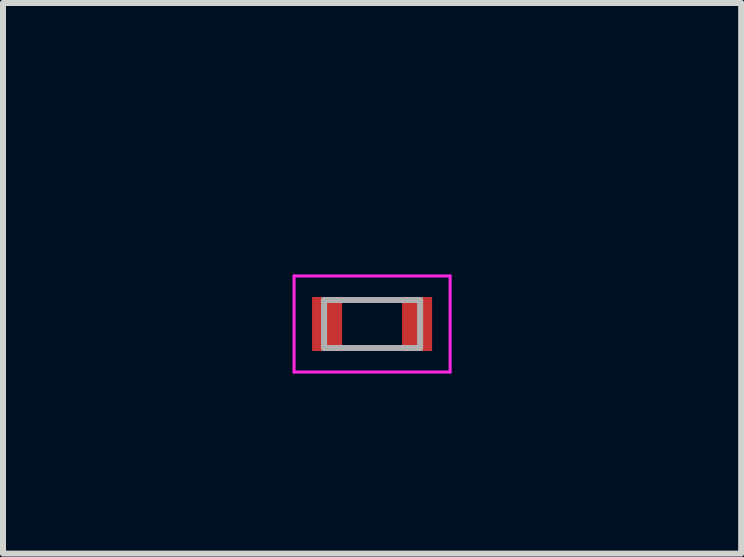
<source format=kicad_pcb>
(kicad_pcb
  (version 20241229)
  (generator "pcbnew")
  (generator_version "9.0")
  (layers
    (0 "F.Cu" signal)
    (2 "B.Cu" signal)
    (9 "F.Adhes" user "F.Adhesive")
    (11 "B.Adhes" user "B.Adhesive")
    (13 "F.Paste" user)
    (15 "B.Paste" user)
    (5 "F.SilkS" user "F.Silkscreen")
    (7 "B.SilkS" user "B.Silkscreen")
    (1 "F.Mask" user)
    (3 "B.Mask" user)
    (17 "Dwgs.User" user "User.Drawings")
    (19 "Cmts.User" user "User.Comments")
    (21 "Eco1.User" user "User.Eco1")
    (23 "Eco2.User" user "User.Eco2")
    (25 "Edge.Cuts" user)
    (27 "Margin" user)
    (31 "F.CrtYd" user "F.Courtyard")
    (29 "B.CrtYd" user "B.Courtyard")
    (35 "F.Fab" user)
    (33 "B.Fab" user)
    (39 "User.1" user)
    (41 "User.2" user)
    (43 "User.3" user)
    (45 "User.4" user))
  (footprint "R-0603"
    (layer "F.Cu")
    (at 3.149 2.348)
    (property "Reference" "R-0603" (at 0 -1.5 0) (layer "F.Mask") (effects (font (size 1 1) (thickness 0.15))))
    (attr smd)
    (fp_line (start -1.3 -0.8) (end -1.3 0.8) (stroke (width 0.05) (type solid)) (layer "F.CrtYd"))
    (fp_line (start -1.3 -0.8) (end 1.3 -0.8) (stroke (width 0.05) (type solid)) (layer "F.CrtYd"))
    (fp_line (start -1.3 0.8) (end 1.3 0.8) (stroke (width 0.05) (type solid)) (layer "F.CrtYd"))
    (fp_line (start 1.3 -0.8) (end 1.3 0.8) (stroke (width 0.05) (type solid)) (layer "F.CrtYd"))
    (fp_line (start -0.8 -0.4) (end 0.8 -0.4) (stroke (width 0.1) (type solid)) (layer "F.Fab"))
    (fp_line (start -0.8 0.4) (end -0.8 -0.4) (stroke (width 0.1) (type solid)) (layer "F.Fab"))
    (fp_line (start 0.8 -0.4) (end 0.8 0.4) (stroke (width 0.1) (type solid)) (layer "F.Fab"))
    (fp_line (start 0.8 0.4) (end -0.8 0.4) (stroke (width 0.1) (type solid)) (layer "F.Fab"))
    (pad "1" smd rect (at 0.75 0) (size 0.5 0.9) (layers "F.Cu" "F.Mask" "F.Paste"))
    (pad "2" smd rect (at -0.75 0) (size 0.5 0.9) (layers "F.Cu" "F.Mask" "F.Paste")))
  (gr_rect
    (start -3 -3)
    (end 9.298 6.173)
    (stroke (width 0.1) (type default))
    (fill no)
    (layer "Edge.Cuts")))
</source>
